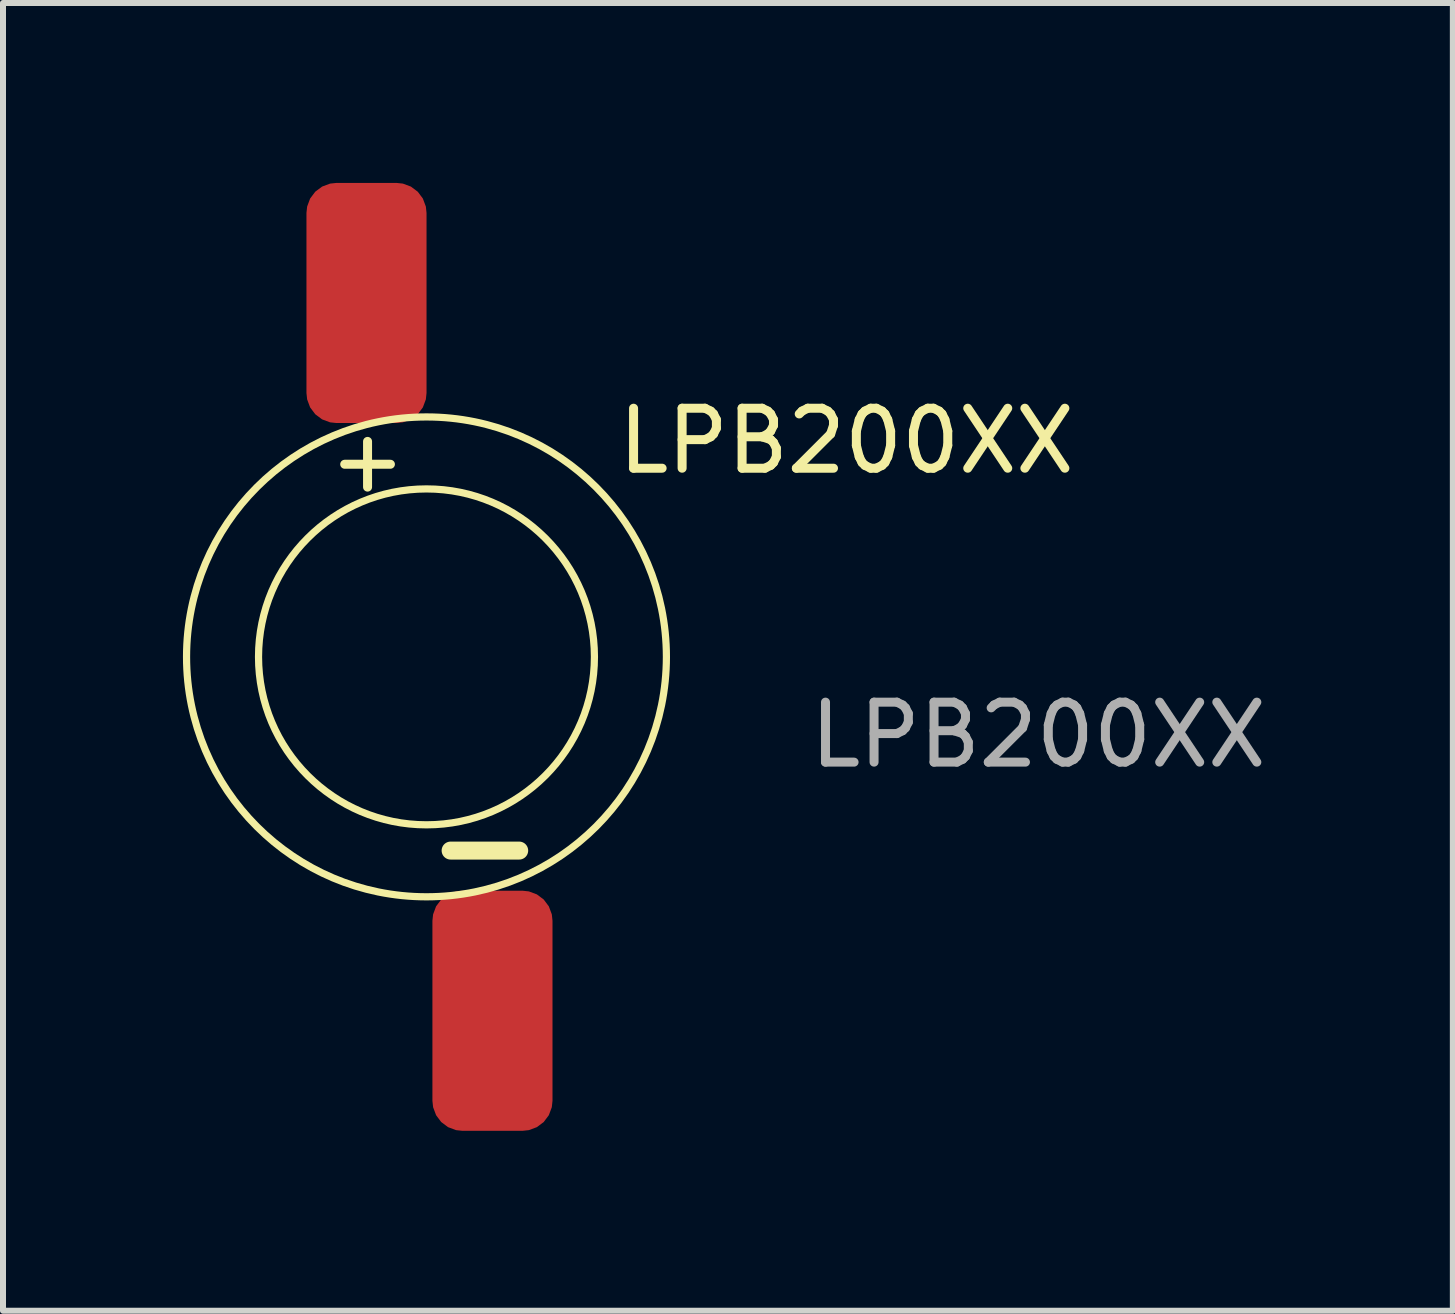
<source format=kicad_pcb>
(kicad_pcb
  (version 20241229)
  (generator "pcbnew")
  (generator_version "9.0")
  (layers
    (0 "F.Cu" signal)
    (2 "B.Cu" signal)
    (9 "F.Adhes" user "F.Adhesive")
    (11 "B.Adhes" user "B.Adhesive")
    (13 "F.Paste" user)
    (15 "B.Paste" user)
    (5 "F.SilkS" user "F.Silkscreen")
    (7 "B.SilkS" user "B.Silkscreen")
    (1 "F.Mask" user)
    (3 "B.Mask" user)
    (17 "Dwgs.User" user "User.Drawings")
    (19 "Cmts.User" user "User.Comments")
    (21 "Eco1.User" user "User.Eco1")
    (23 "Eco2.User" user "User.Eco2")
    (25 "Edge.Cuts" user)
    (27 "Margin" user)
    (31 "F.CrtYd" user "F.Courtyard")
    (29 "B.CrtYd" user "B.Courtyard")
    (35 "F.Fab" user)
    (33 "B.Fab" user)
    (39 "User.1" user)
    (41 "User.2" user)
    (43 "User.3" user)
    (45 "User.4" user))
  (footprint "LPB200XX"
    (layer "F.Cu")
    (at 4.06 7.901)
    (property "Reference" "LPB200XX" (at 7 -3.6 0) (unlocked yes) (layer "F.SilkS") (effects (font (size 1 1) (thickness 0.15))))
    (attr smd)
    (fp_circle (center 0 0) (end 2.8 0) (stroke (width 0.12) (type default)) (fill no) (layer "F.SilkS"))
    (fp_circle (center 0 0) (end 4 0) (stroke (width 0.12) (type default)) (fill no) (layer "F.SilkS"))
    (fp_text user "-" (at 2.1 4 0) (unlocked yes) (layer "F.SilkS") (effects (font (size 1.5 1.5) (thickness 0.3) (bold yes)) (justify left bottom mirror)))
    (fp_text user "+" (at -1.7 -2.7 0) (unlocked yes) (layer "F.SilkS") (effects (font (size 1 1) (thickness 0.15)) (justify left bottom)))
    (fp_text user "${REFERENCE}" (at 10.2 1.3 0) (unlocked yes) (layer "F.Fab") (effects (font (size 1 1) (thickness 0.15))))
    (pad "1" smd roundrect (at -1 -5.9 270) (size 4.003 2.002) (layers "F.Cu" "F.Mask" "F.Paste") (roundrect_rratio 0.25))
    (pad "2" smd roundrect (at 1.1 5.9 270) (size 4.003 2.002) (layers "F.Cu" "F.Mask" "F.Paste") (roundrect_rratio 0.25)))
  (gr_rect
    (start -3 -3)
    (end 21.171 18.802)
    (stroke (width 0.1) (type default))
    (fill no)
    (layer "Edge.Cuts")))
</source>
